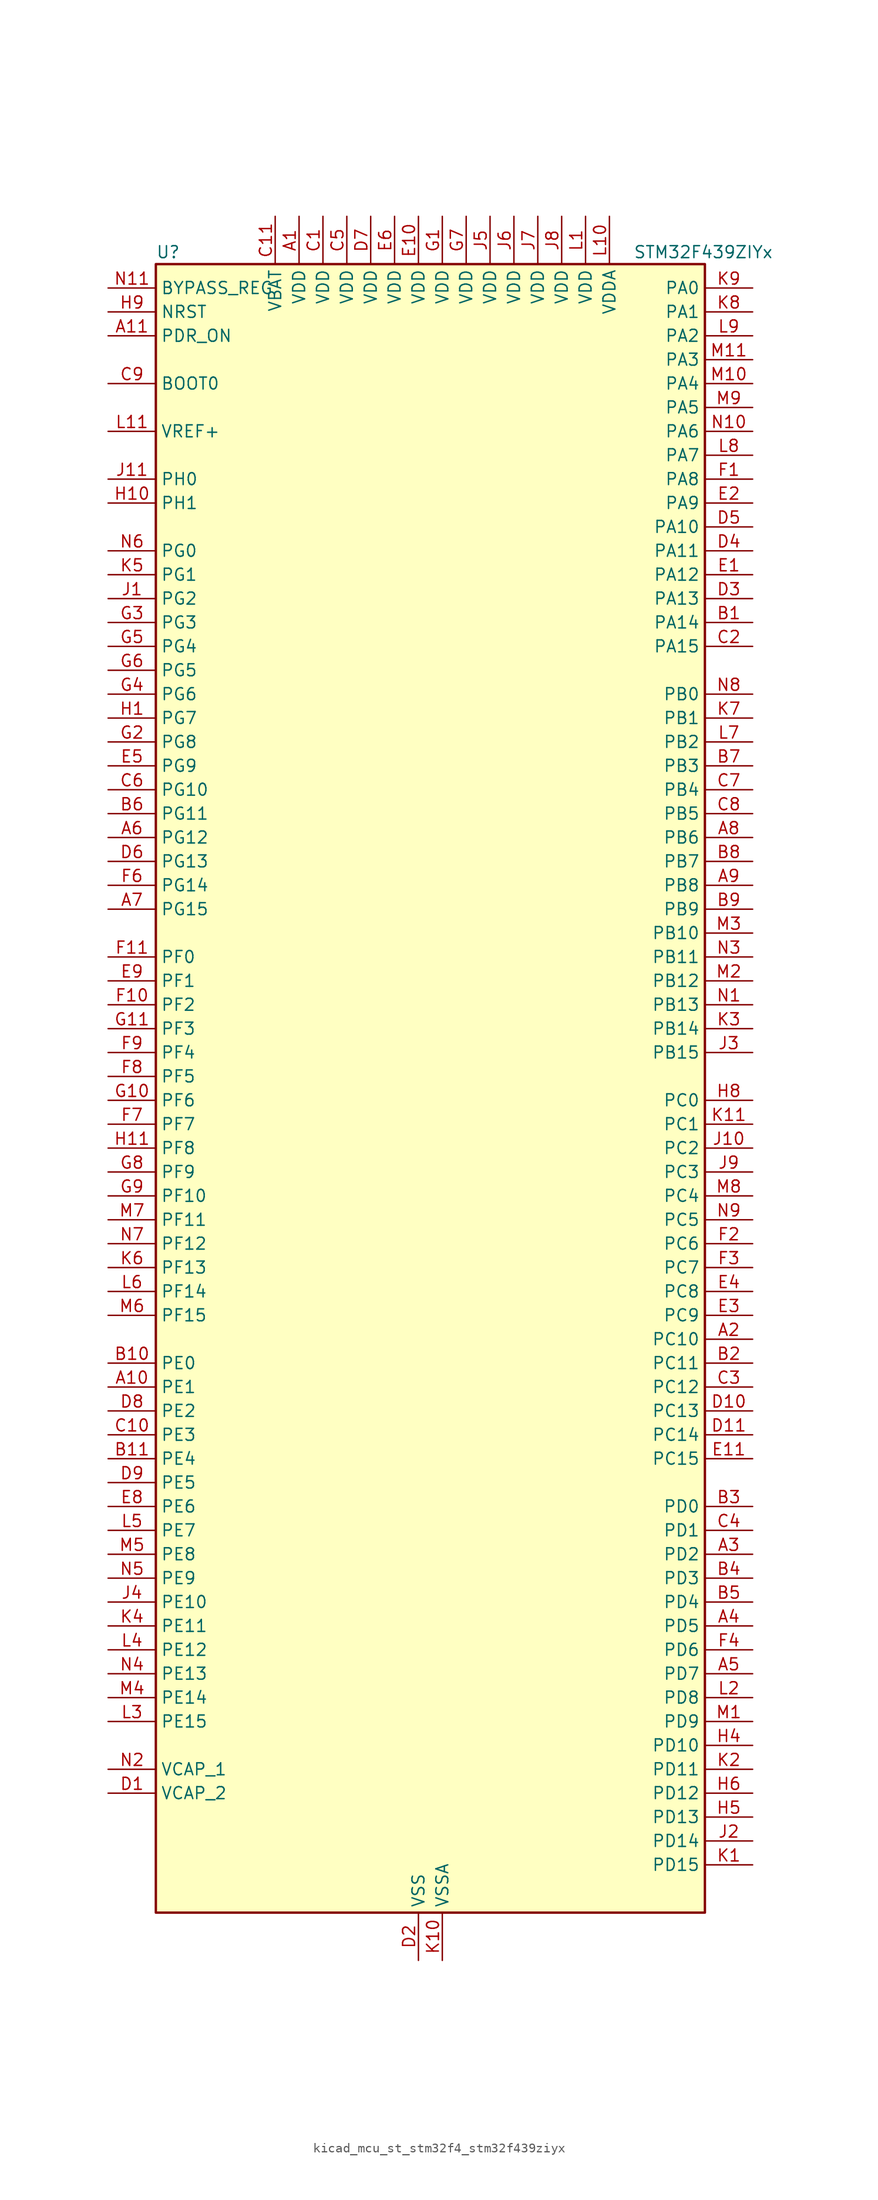
<source format=kicad_sym>
(kicad_symbol_lib
  (version 20220914)
  (generator kicad_symbol_editor)
  (symbol "kicad_mcu_st_stm32f4_stm32f439ziyx"
    (property "Reference" "U"
      (at -27.94 90.17 0)
      (effects (font (size 1.27 1.27)) (justify left)))
    (property "Value" "STM32F439ZIYx"
      (at 22.86 90.17 0)
      (effects (font (size 1.27 1.27)) (justify left)))
    (property "ki_locked" ""
      (at 0 0 0)
      (effects (font (size 1.27 1.27))))
    (symbol "kicad_mcu_st_stm32f4_stm32f439ziyx_0_1"
      (rectangle (start -27.94 -86.36) (end 30.48 88.9) (stroke (width 0.254) (type default)) (fill (type background))))
    (symbol "kicad_mcu_st_stm32f4_stm32f439ziyx_1_1"
      (pin power_in line (at -12.7 93.98 270) (length 5.08) (name "VDD" (effects (font (size 1.27 1.27)))) (number "A1" (effects (font (size 1.27 1.27)))))
      (pin bidirectional line (at -33.02 -30.48 0) (length 5.08) (name "PE1" (effects (font (size 1.27 1.27)))) (number "A10" (effects (font (size 1.27 1.27)))) (alternate "DCMI_D3" bidirectional line) (alternate "FMC_NBL1" bidirectional line) (alternate "UART8_TX" bidirectional line))
      (pin input line (at -33.02 81.28 0) (length 5.08) (name "PDR_ON" (effects (font (size 1.27 1.27)))) (number "A11" (effects (font (size 1.27 1.27)))))
      (pin bidirectional line (at 35.56 -25.4 180) (length 5.08) (name "PC10" (effects (font (size 1.27 1.27)))) (number "A2" (effects (font (size 1.27 1.27)))) (alternate "DCMI_D8" bidirectional line) (alternate "I2S3_CK" bidirectional line) (alternate "LTDC_R2" bidirectional line) (alternate "SDIO_D2" bidirectional line) (alternate "SPI3_SCK" bidirectional line) (alternate "UART4_TX" bidirectional line) (alternate "USART3_TX" bidirectional line))
      (pin bidirectional line (at 35.56 -48.26 180) (length 5.08) (name "PD2" (effects (font (size 1.27 1.27)))) (number "A3" (effects (font (size 1.27 1.27)))) (alternate "DCMI_D11" bidirectional line) (alternate "SDIO_CMD" bidirectional line) (alternate "TIM3_ETR" bidirectional line) (alternate "UART5_RX" bidirectional line))
      (pin bidirectional line (at 35.56 -55.88 180) (length 5.08) (name "PD5" (effects (font (size 1.27 1.27)))) (number "A4" (effects (font (size 1.27 1.27)))) (alternate "FMC_NWE" bidirectional line) (alternate "USART2_TX" bidirectional line))
      (pin bidirectional line (at 35.56 -60.96 180) (length 5.08) (name "PD7" (effects (font (size 1.27 1.27)))) (number "A5" (effects (font (size 1.27 1.27)))) (alternate "FMC_NCE2" bidirectional line) (alternate "FMC_NE1" bidirectional line) (alternate "USART2_CK" bidirectional line))
      (pin bidirectional line (at -33.02 27.94 0) (length 5.08) (name "PG12" (effects (font (size 1.27 1.27)))) (number "A6" (effects (font (size 1.27 1.27)))) (alternate "FMC_NE4" bidirectional line) (alternate "LTDC_B1" bidirectional line) (alternate "LTDC_B4" bidirectional line) (alternate "SPI6_MISO" bidirectional line) (alternate "USART6_RTS" bidirectional line))
      (pin bidirectional line (at -33.02 20.32 0) (length 5.08) (name "PG15" (effects (font (size 1.27 1.27)))) (number "A7" (effects (font (size 1.27 1.27)))) (alternate "ADC1_EXTI15" bidirectional line) (alternate "ADC2_EXTI15" bidirectional line) (alternate "ADC3_EXTI15" bidirectional line) (alternate "DCMI_D13" bidirectional line) (alternate "FMC_SDNCAS" bidirectional line) (alternate "USART6_CTS" bidirectional line))
      (pin bidirectional line (at 35.56 27.94 180) (length 5.08) (name "PB6" (effects (font (size 1.27 1.27)))) (number "A8" (effects (font (size 1.27 1.27)))) (alternate "CAN2_TX" bidirectional line) (alternate "DCMI_D5" bidirectional line) (alternate "FMC_SDNE1" bidirectional line) (alternate "I2C1_SCL" bidirectional line) (alternate "TIM4_CH1" bidirectional line) (alternate "USART1_TX" bidirectional line))
      (pin bidirectional line (at 35.56 22.86 180) (length 5.08) (name "PB8" (effects (font (size 1.27 1.27)))) (number "A9" (effects (font (size 1.27 1.27)))) (alternate "CAN1_RX" bidirectional line) (alternate "DCMI_D6" bidirectional line) (alternate "ETH_TXD3" bidirectional line) (alternate "I2C1_SCL" bidirectional line) (alternate "LTDC_B6" bidirectional line) (alternate "SDIO_D4" bidirectional line) (alternate "TIM10_CH1" bidirectional line) (alternate "TIM4_CH3" bidirectional line))
      (pin bidirectional line (at 35.56 50.8 180) (length 5.08) (name "PA14" (effects (font (size 1.27 1.27)))) (number "B1" (effects (font (size 1.27 1.27)))) (alternate "SYS_JTCK-SWCLK" bidirectional line))
      (pin bidirectional line (at -33.02 -27.94 0) (length 5.08) (name "PE0" (effects (font (size 1.27 1.27)))) (number "B10" (effects (font (size 1.27 1.27)))) (alternate "DCMI_D2" bidirectional line) (alternate "FMC_NBL0" bidirectional line) (alternate "TIM4_ETR" bidirectional line) (alternate "UART8_RX" bidirectional line))
      (pin bidirectional line (at -33.02 -38.1 0) (length 5.08) (name "PE4" (effects (font (size 1.27 1.27)))) (number "B11" (effects (font (size 1.27 1.27)))) (alternate "DCMI_D4" bidirectional line) (alternate "FMC_A20" bidirectional line) (alternate "LTDC_B0" bidirectional line) (alternate "SAI1_FS_A" bidirectional line) (alternate "SPI4_NSS" bidirectional line) (alternate "SYS_TRACED1" bidirectional line))
      (pin bidirectional line (at 35.56 -27.94 180) (length 5.08) (name "PC11" (effects (font (size 1.27 1.27)))) (number "B2" (effects (font (size 1.27 1.27)))) (alternate "ADC1_EXTI11" bidirectional line) (alternate "ADC2_EXTI11" bidirectional line) (alternate "ADC3_EXTI11" bidirectional line) (alternate "DCMI_D4" bidirectional line) (alternate "I2S3_ext_SD" bidirectional line) (alternate "SDIO_D3" bidirectional line) (alternate "SPI3_MISO" bidirectional line) (alternate "UART4_RX" bidirectional line) (alternate "USART3_RX" bidirectional line))
      (pin bidirectional line (at 35.56 -43.18 180) (length 5.08) (name "PD0" (effects (font (size 1.27 1.27)))) (number "B3" (effects (font (size 1.27 1.27)))) (alternate "CAN1_RX" bidirectional line) (alternate "FMC_D2" bidirectional line) (alternate "FMC_DA2" bidirectional line))
      (pin bidirectional line (at 35.56 -50.8 180) (length 5.08) (name "PD3" (effects (font (size 1.27 1.27)))) (number "B4" (effects (font (size 1.27 1.27)))) (alternate "DCMI_D5" bidirectional line) (alternate "FMC_CLK" bidirectional line) (alternate "I2S2_CK" bidirectional line) (alternate "LTDC_G7" bidirectional line) (alternate "SPI2_SCK" bidirectional line) (alternate "USART2_CTS" bidirectional line))
      (pin bidirectional line (at 35.56 -53.34 180) (length 5.08) (name "PD4" (effects (font (size 1.27 1.27)))) (number "B5" (effects (font (size 1.27 1.27)))) (alternate "FMC_NOE" bidirectional line) (alternate "USART2_RTS" bidirectional line))
      (pin bidirectional line (at -33.02 30.48 0) (length 5.08) (name "PG11" (effects (font (size 1.27 1.27)))) (number "B6" (effects (font (size 1.27 1.27)))) (alternate "ADC1_EXTI11" bidirectional line) (alternate "ADC2_EXTI11" bidirectional line) (alternate "ADC3_EXTI11" bidirectional line) (alternate "DCMI_D3" bidirectional line) (alternate "ETH_TX_EN" bidirectional line) (alternate "FMC_NCE4_2" bidirectional line) (alternate "LTDC_B3" bidirectional line))
      (pin bidirectional line (at 35.56 35.56 180) (length 5.08) (name "PB3" (effects (font (size 1.27 1.27)))) (number "B7" (effects (font (size 1.27 1.27)))) (alternate "I2S3_CK" bidirectional line) (alternate "SPI1_SCK" bidirectional line) (alternate "SPI3_SCK" bidirectional line) (alternate "SYS_JTDO-SWO" bidirectional line) (alternate "TIM2_CH2" bidirectional line))
      (pin bidirectional line (at 35.56 25.4 180) (length 5.08) (name "PB7" (effects (font (size 1.27 1.27)))) (number "B8" (effects (font (size 1.27 1.27)))) (alternate "DCMI_VSYNC" bidirectional line) (alternate "FMC_NL" bidirectional line) (alternate "I2C1_SDA" bidirectional line) (alternate "TIM4_CH2" bidirectional line) (alternate "USART1_RX" bidirectional line))
      (pin bidirectional line (at 35.56 20.32 180) (length 5.08) (name "PB9" (effects (font (size 1.27 1.27)))) (number "B9" (effects (font (size 1.27 1.27)))) (alternate "CAN1_TX" bidirectional line) (alternate "DAC_EXTI9" bidirectional line) (alternate "DCMI_D7" bidirectional line) (alternate "I2C1_SDA" bidirectional line) (alternate "I2S2_WS" bidirectional line) (alternate "LTDC_B7" bidirectional line) (alternate "SDIO_D5" bidirectional line) (alternate "SPI2_NSS" bidirectional line) (alternate "TIM11_CH1" bidirectional line) (alternate "TIM4_CH4" bidirectional line))
      (pin power_in line (at -10.16 93.98 270) (length 5.08) (name "VDD" (effects (font (size 1.27 1.27)))) (number "C1" (effects (font (size 1.27 1.27)))))
      (pin bidirectional line (at -33.02 -35.56 0) (length 5.08) (name "PE3" (effects (font (size 1.27 1.27)))) (number "C10" (effects (font (size 1.27 1.27)))) (alternate "FMC_A19" bidirectional line) (alternate "SAI1_SD_B" bidirectional line) (alternate "SYS_TRACED0" bidirectional line))
      (pin power_in line (at -15.24 93.98 270) (length 5.08) (name "VBAT" (effects (font (size 1.27 1.27)))) (number "C11" (effects (font (size 1.27 1.27)))))
      (pin bidirectional line (at 35.56 48.26 180) (length 5.08) (name "PA15" (effects (font (size 1.27 1.27)))) (number "C2" (effects (font (size 1.27 1.27)))) (alternate "ADC1_EXTI15" bidirectional line) (alternate "ADC2_EXTI15" bidirectional line) (alternate "ADC3_EXTI15" bidirectional line) (alternate "I2S3_WS" bidirectional line) (alternate "SPI1_NSS" bidirectional line) (alternate "SPI3_NSS" bidirectional line) (alternate "SYS_JTDI" bidirectional line) (alternate "TIM2_CH1" bidirectional line) (alternate "TIM2_ETR" bidirectional line))
      (pin bidirectional line (at 35.56 -30.48 180) (length 5.08) (name "PC12" (effects (font (size 1.27 1.27)))) (number "C3" (effects (font (size 1.27 1.27)))) (alternate "DCMI_D9" bidirectional line) (alternate "I2S3_SD" bidirectional line) (alternate "SDIO_CK" bidirectional line) (alternate "SPI3_MOSI" bidirectional line) (alternate "UART5_TX" bidirectional line) (alternate "USART3_CK" bidirectional line))
      (pin bidirectional line (at 35.56 -45.72 180) (length 5.08) (name "PD1" (effects (font (size 1.27 1.27)))) (number "C4" (effects (font (size 1.27 1.27)))) (alternate "CAN1_TX" bidirectional line) (alternate "FMC_D3" bidirectional line) (alternate "FMC_DA3" bidirectional line))
      (pin power_in line (at -7.62 93.98 270) (length 5.08) (name "VDD" (effects (font (size 1.27 1.27)))) (number "C5" (effects (font (size 1.27 1.27)))))
      (pin bidirectional line (at -33.02 33.02 0) (length 5.08) (name "PG10" (effects (font (size 1.27 1.27)))) (number "C6" (effects (font (size 1.27 1.27)))) (alternate "DCMI_D2" bidirectional line) (alternate "FMC_NCE4_1" bidirectional line) (alternate "FMC_NE3" bidirectional line) (alternate "LTDC_B2" bidirectional line) (alternate "LTDC_G3" bidirectional line))
      (pin bidirectional line (at 35.56 33.02 180) (length 5.08) (name "PB4" (effects (font (size 1.27 1.27)))) (number "C7" (effects (font (size 1.27 1.27)))) (alternate "I2S3_ext_SD" bidirectional line) (alternate "SPI1_MISO" bidirectional line) (alternate "SPI3_MISO" bidirectional line) (alternate "SYS_JTRST" bidirectional line) (alternate "TIM3_CH1" bidirectional line))
      (pin bidirectional line (at 35.56 30.48 180) (length 5.08) (name "PB5" (effects (font (size 1.27 1.27)))) (number "C8" (effects (font (size 1.27 1.27)))) (alternate "CAN2_RX" bidirectional line) (alternate "DCMI_D10" bidirectional line) (alternate "ETH_PPS_OUT" bidirectional line) (alternate "FMC_SDCKE1" bidirectional line) (alternate "I2C1_SMBA" bidirectional line) (alternate "I2S3_SD" bidirectional line) (alternate "SPI1_MOSI" bidirectional line) (alternate "SPI3_MOSI" bidirectional line) (alternate "TIM3_CH2" bidirectional line) (alternate "USB_OTG_HS_ULPI_D7" bidirectional line))
      (pin input line (at -33.02 76.2 0) (length 5.08) (name "BOOT0" (effects (font (size 1.27 1.27)))) (number "C9" (effects (font (size 1.27 1.27)))))
      (pin power_out line (at -33.02 -73.66 0) (length 5.08) (name "VCAP_2" (effects (font (size 1.27 1.27)))) (number "D1" (effects (font (size 1.27 1.27)))))
      (pin bidirectional line (at 35.56 -33.02 180) (length 5.08) (name "PC13" (effects (font (size 1.27 1.27)))) (number "D10" (effects (font (size 1.27 1.27)))) (alternate "RTC_AF1" bidirectional line))
      (pin bidirectional line (at 35.56 -35.56 180) (length 5.08) (name "PC14" (effects (font (size 1.27 1.27)))) (number "D11" (effects (font (size 1.27 1.27)))) (alternate "RCC_OSC32_IN" bidirectional line))
      (pin power_in line (at 0 -91.44 90) (length 5.08) (name "VSS" (effects (font (size 1.27 1.27)))) (number "D2" (effects (font (size 1.27 1.27)))))
      (pin bidirectional line (at 35.56 53.34 180) (length 5.08) (name "PA13" (effects (font (size 1.27 1.27)))) (number "D3" (effects (font (size 1.27 1.27)))) (alternate "SYS_JTMS-SWDIO" bidirectional line))
      (pin bidirectional line (at 35.56 58.42 180) (length 5.08) (name "PA11" (effects (font (size 1.27 1.27)))) (number "D4" (effects (font (size 1.27 1.27)))) (alternate "ADC1_EXTI11" bidirectional line) (alternate "ADC2_EXTI11" bidirectional line) (alternate "ADC3_EXTI11" bidirectional line) (alternate "CAN1_RX" bidirectional line) (alternate "LTDC_R4" bidirectional line) (alternate "TIM1_CH4" bidirectional line) (alternate "USART1_CTS" bidirectional line) (alternate "USB_OTG_FS_DM" bidirectional line))
      (pin bidirectional line (at 35.56 60.96 180) (length 5.08) (name "PA10" (effects (font (size 1.27 1.27)))) (number "D5" (effects (font (size 1.27 1.27)))) (alternate "DCMI_D1" bidirectional line) (alternate "TIM1_CH3" bidirectional line) (alternate "USART1_RX" bidirectional line) (alternate "USB_OTG_FS_ID" bidirectional line))
      (pin bidirectional line (at -33.02 25.4 0) (length 5.08) (name "PG13" (effects (font (size 1.27 1.27)))) (number "D6" (effects (font (size 1.27 1.27)))) (alternate "ETH_TXD0" bidirectional line) (alternate "FMC_A24" bidirectional line) (alternate "SPI6_SCK" bidirectional line) (alternate "USART6_CTS" bidirectional line))
      (pin power_in line (at -5.08 93.98 270) (length 5.08) (name "VDD" (effects (font (size 1.27 1.27)))) (number "D7" (effects (font (size 1.27 1.27)))))
      (pin bidirectional line (at -33.02 -33.02 0) (length 5.08) (name "PE2" (effects (font (size 1.27 1.27)))) (number "D8" (effects (font (size 1.27 1.27)))) (alternate "ETH_TXD3" bidirectional line) (alternate "FMC_A23" bidirectional line) (alternate "SAI1_MCLK_A" bidirectional line) (alternate "SPI4_SCK" bidirectional line) (alternate "SYS_TRACECLK" bidirectional line))
      (pin bidirectional line (at -33.02 -40.64 0) (length 5.08) (name "PE5" (effects (font (size 1.27 1.27)))) (number "D9" (effects (font (size 1.27 1.27)))) (alternate "DCMI_D6" bidirectional line) (alternate "FMC_A21" bidirectional line) (alternate "LTDC_G0" bidirectional line) (alternate "SAI1_SCK_A" bidirectional line) (alternate "SPI4_MISO" bidirectional line) (alternate "SYS_TRACED2" bidirectional line) (alternate "TIM9_CH1" bidirectional line))
      (pin bidirectional line (at 35.56 55.88 180) (length 5.08) (name "PA12" (effects (font (size 1.27 1.27)))) (number "E1" (effects (font (size 1.27 1.27)))) (alternate "CAN1_TX" bidirectional line) (alternate "LTDC_R5" bidirectional line) (alternate "TIM1_ETR" bidirectional line) (alternate "USART1_RTS" bidirectional line) (alternate "USB_OTG_FS_DP" bidirectional line))
      (pin power_in line (at 0 93.98 270) (length 5.08) (name "VDD" (effects (font (size 1.27 1.27)))) (number "E10" (effects (font (size 1.27 1.27)))))
      (pin bidirectional line (at 35.56 -38.1 180) (length 5.08) (name "PC15" (effects (font (size 1.27 1.27)))) (number "E11" (effects (font (size 1.27 1.27)))) (alternate "ADC1_EXTI15" bidirectional line) (alternate "ADC2_EXTI15" bidirectional line) (alternate "ADC3_EXTI15" bidirectional line) (alternate "RCC_OSC32_OUT" bidirectional line))
      (pin bidirectional line (at 35.56 63.5 180) (length 5.08) (name "PA9" (effects (font (size 1.27 1.27)))) (number "E2" (effects (font (size 1.27 1.27)))) (alternate "DAC_EXTI9" bidirectional line) (alternate "DCMI_D0" bidirectional line) (alternate "I2C3_SMBA" bidirectional line) (alternate "TIM1_CH2" bidirectional line) (alternate "USART1_TX" bidirectional line) (alternate "USB_OTG_FS_VBUS" bidirectional line))
      (pin bidirectional line (at 35.56 -22.86 180) (length 5.08) (name "PC9" (effects (font (size 1.27 1.27)))) (number "E3" (effects (font (size 1.27 1.27)))) (alternate "DAC_EXTI9" bidirectional line) (alternate "DCMI_D3" bidirectional line) (alternate "I2C3_SDA" bidirectional line) (alternate "I2S_CKIN" bidirectional line) (alternate "RCC_MCO_2" bidirectional line) (alternate "SDIO_D1" bidirectional line) (alternate "TIM3_CH4" bidirectional line) (alternate "TIM8_CH4" bidirectional line))
      (pin bidirectional line (at 35.56 -20.32 180) (length 5.08) (name "PC8" (effects (font (size 1.27 1.27)))) (number "E4" (effects (font (size 1.27 1.27)))) (alternate "DCMI_D2" bidirectional line) (alternate "SDIO_D0" bidirectional line) (alternate "TIM3_CH3" bidirectional line) (alternate "TIM8_CH3" bidirectional line) (alternate "USART6_CK" bidirectional line))
      (pin bidirectional line (at -33.02 35.56 0) (length 5.08) (name "PG9" (effects (font (size 1.27 1.27)))) (number "E5" (effects (font (size 1.27 1.27)))) (alternate "DAC_EXTI9" bidirectional line) (alternate "DCMI_VSYNC" bidirectional line) (alternate "FMC_NCE3" bidirectional line) (alternate "FMC_NE2" bidirectional line) (alternate "USART6_RX" bidirectional line))
      (pin power_in line (at -2.54 93.98 270) (length 5.08) (name "VDD" (effects (font (size 1.27 1.27)))) (number "E6" (effects (font (size 1.27 1.27)))))
      (pin passive line (at 0 -91.44 90) (length 5.08) hide (name "VSS" (effects (font (size 1.27 1.27)))) (number "E7" (effects (font (size 1.27 1.27)))))
      (pin bidirectional line (at -33.02 -43.18 0) (length 5.08) (name "PE6" (effects (font (size 1.27 1.27)))) (number "E8" (effects (font (size 1.27 1.27)))) (alternate "DCMI_D7" bidirectional line) (alternate "FMC_A22" bidirectional line) (alternate "LTDC_G1" bidirectional line) (alternate "SAI1_SD_A" bidirectional line) (alternate "SPI4_MOSI" bidirectional line) (alternate "SYS_TRACED3" bidirectional line) (alternate "TIM9_CH2" bidirectional line))
      (pin bidirectional line (at -33.02 12.7 0) (length 5.08) (name "PF1" (effects (font (size 1.27 1.27)))) (number "E9" (effects (font (size 1.27 1.27)))) (alternate "FMC_A1" bidirectional line) (alternate "I2C2_SCL" bidirectional line))
      (pin bidirectional line (at 35.56 66.04 180) (length 5.08) (name "PA8" (effects (font (size 1.27 1.27)))) (number "F1" (effects (font (size 1.27 1.27)))) (alternate "I2C3_SCL" bidirectional line) (alternate "LTDC_R6" bidirectional line) (alternate "RCC_MCO_1" bidirectional line) (alternate "TIM1_CH1" bidirectional line) (alternate "USART1_CK" bidirectional line) (alternate "USB_OTG_FS_SOF" bidirectional line))
      (pin bidirectional line (at -33.02 10.16 0) (length 5.08) (name "PF2" (effects (font (size 1.27 1.27)))) (number "F10" (effects (font (size 1.27 1.27)))) (alternate "FMC_A2" bidirectional line) (alternate "I2C2_SMBA" bidirectional line))
      (pin bidirectional line (at -33.02 15.24 0) (length 5.08) (name "PF0" (effects (font (size 1.27 1.27)))) (number "F11" (effects (font (size 1.27 1.27)))) (alternate "FMC_A0" bidirectional line) (alternate "I2C2_SDA" bidirectional line))
      (pin bidirectional line (at 35.56 -15.24 180) (length 5.08) (name "PC6" (effects (font (size 1.27 1.27)))) (number "F2" (effects (font (size 1.27 1.27)))) (alternate "DCMI_D0" bidirectional line) (alternate "I2S2_MCK" bidirectional line) (alternate "LTDC_HSYNC" bidirectional line) (alternate "SDIO_D6" bidirectional line) (alternate "TIM3_CH1" bidirectional line) (alternate "TIM8_CH1" bidirectional line) (alternate "USART6_TX" bidirectional line))
      (pin bidirectional line (at 35.56 -17.78 180) (length 5.08) (name "PC7" (effects (font (size 1.27 1.27)))) (number "F3" (effects (font (size 1.27 1.27)))) (alternate "DCMI_D1" bidirectional line) (alternate "I2S3_MCK" bidirectional line) (alternate "LTDC_G6" bidirectional line) (alternate "SDIO_D7" bidirectional line) (alternate "TIM3_CH2" bidirectional line) (alternate "TIM8_CH2" bidirectional line) (alternate "USART6_RX" bidirectional line))
      (pin bidirectional line (at 35.56 -58.42 180) (length 5.08) (name "PD6" (effects (font (size 1.27 1.27)))) (number "F4" (effects (font (size 1.27 1.27)))) (alternate "DCMI_D10" bidirectional line) (alternate "FMC_NWAIT" bidirectional line) (alternate "I2S3_SD" bidirectional line) (alternate "LTDC_B2" bidirectional line) (alternate "SAI1_SD_A" bidirectional line) (alternate "SPI3_MOSI" bidirectional line) (alternate "USART2_RX" bidirectional line))
      (pin passive line (at 0 -91.44 90) (length 5.08) hide (name "VSS" (effects (font (size 1.27 1.27)))) (number "F5" (effects (font (size 1.27 1.27)))))
      (pin bidirectional line (at -33.02 22.86 0) (length 5.08) (name "PG14" (effects (font (size 1.27 1.27)))) (number "F6" (effects (font (size 1.27 1.27)))) (alternate "ETH_TXD1" bidirectional line) (alternate "FMC_A25" bidirectional line) (alternate "SPI6_MOSI" bidirectional line) (alternate "USART6_TX" bidirectional line))
      (pin bidirectional line (at -33.02 -2.54 0) (length 5.08) (name "PF7" (effects (font (size 1.27 1.27)))) (number "F7" (effects (font (size 1.27 1.27)))) (alternate "ADC3_IN5" bidirectional line) (alternate "FMC_NREG" bidirectional line) (alternate "SAI1_MCLK_B" bidirectional line) (alternate "SPI5_SCK" bidirectional line) (alternate "TIM11_CH1" bidirectional line) (alternate "UART7_TX" bidirectional line))
      (pin bidirectional line (at -33.02 2.54 0) (length 5.08) (name "PF5" (effects (font (size 1.27 1.27)))) (number "F8" (effects (font (size 1.27 1.27)))) (alternate "ADC3_IN15" bidirectional line) (alternate "FMC_A5" bidirectional line))
      (pin bidirectional line (at -33.02 5.08 0) (length 5.08) (name "PF4" (effects (font (size 1.27 1.27)))) (number "F9" (effects (font (size 1.27 1.27)))) (alternate "ADC3_IN14" bidirectional line) (alternate "FMC_A4" bidirectional line))
      (pin power_in line (at 2.54 93.98 270) (length 5.08) (name "VDD" (effects (font (size 1.27 1.27)))) (number "G1" (effects (font (size 1.27 1.27)))))
      (pin bidirectional line (at -33.02 0 0) (length 5.08) (name "PF6" (effects (font (size 1.27 1.27)))) (number "G10" (effects (font (size 1.27 1.27)))) (alternate "ADC3_IN4" bidirectional line) (alternate "FMC_NIORD" bidirectional line) (alternate "SAI1_SD_B" bidirectional line) (alternate "SPI5_NSS" bidirectional line) (alternate "TIM10_CH1" bidirectional line) (alternate "UART7_RX" bidirectional line))
      (pin bidirectional line (at -33.02 7.62 0) (length 5.08) (name "PF3" (effects (font (size 1.27 1.27)))) (number "G11" (effects (font (size 1.27 1.27)))) (alternate "ADC3_IN9" bidirectional line) (alternate "FMC_A3" bidirectional line))
      (pin bidirectional line (at -33.02 38.1 0) (length 5.08) (name "PG8" (effects (font (size 1.27 1.27)))) (number "G2" (effects (font (size 1.27 1.27)))) (alternate "ETH_PPS_OUT" bidirectional line) (alternate "FMC_SDCLK" bidirectional line) (alternate "SPI6_NSS" bidirectional line) (alternate "USART6_RTS" bidirectional line))
      (pin bidirectional line (at -33.02 50.8 0) (length 5.08) (name "PG3" (effects (font (size 1.27 1.27)))) (number "G3" (effects (font (size 1.27 1.27)))) (alternate "FMC_A13" bidirectional line))
      (pin bidirectional line (at -33.02 43.18 0) (length 5.08) (name "PG6" (effects (font (size 1.27 1.27)))) (number "G4" (effects (font (size 1.27 1.27)))) (alternate "DCMI_D12" bidirectional line) (alternate "FMC_INT2" bidirectional line) (alternate "LTDC_R7" bidirectional line))
      (pin bidirectional line (at -33.02 48.26 0) (length 5.08) (name "PG4" (effects (font (size 1.27 1.27)))) (number "G5" (effects (font (size 1.27 1.27)))) (alternate "FMC_A14" bidirectional line) (alternate "FMC_BA0" bidirectional line))
      (pin bidirectional line (at -33.02 45.72 0) (length 5.08) (name "PG5" (effects (font (size 1.27 1.27)))) (number "G6" (effects (font (size 1.27 1.27)))) (alternate "FMC_A15" bidirectional line) (alternate "FMC_BA1" bidirectional line))
      (pin power_in line (at 5.08 93.98 270) (length 5.08) (name "VDD" (effects (font (size 1.27 1.27)))) (number "G7" (effects (font (size 1.27 1.27)))))
      (pin bidirectional line (at -33.02 -7.62 0) (length 5.08) (name "PF9" (effects (font (size 1.27 1.27)))) (number "G8" (effects (font (size 1.27 1.27)))) (alternate "ADC3_IN7" bidirectional line) (alternate "DAC_EXTI9" bidirectional line) (alternate "FMC_CD" bidirectional line) (alternate "SAI1_FS_B" bidirectional line) (alternate "SPI5_MOSI" bidirectional line) (alternate "TIM14_CH1" bidirectional line))
      (pin bidirectional line (at -33.02 -10.16 0) (length 5.08) (name "PF10" (effects (font (size 1.27 1.27)))) (number "G9" (effects (font (size 1.27 1.27)))) (alternate "ADC3_IN8" bidirectional line) (alternate "DCMI_D11" bidirectional line) (alternate "FMC_INTR" bidirectional line) (alternate "LTDC_DE" bidirectional line))
      (pin bidirectional line (at -33.02 40.64 0) (length 5.08) (name "PG7" (effects (font (size 1.27 1.27)))) (number "H1" (effects (font (size 1.27 1.27)))) (alternate "DCMI_D13" bidirectional line) (alternate "FMC_INT3" bidirectional line) (alternate "LTDC_CLK" bidirectional line) (alternate "USART6_CK" bidirectional line))
      (pin bidirectional line (at -33.02 63.5 0) (length 5.08) (name "PH1" (effects (font (size 1.27 1.27)))) (number "H10" (effects (font (size 1.27 1.27)))) (alternate "RCC_OSC_OUT" bidirectional line))
      (pin bidirectional line (at -33.02 -5.08 0) (length 5.08) (name "PF8" (effects (font (size 1.27 1.27)))) (number "H11" (effects (font (size 1.27 1.27)))) (alternate "ADC3_IN6" bidirectional line) (alternate "FMC_NIOWR" bidirectional line) (alternate "SAI1_SCK_B" bidirectional line) (alternate "SPI5_MISO" bidirectional line) (alternate "TIM13_CH1" bidirectional line))
      (pin passive line (at 0 -91.44 90) (length 5.08) hide (name "VSS" (effects (font (size 1.27 1.27)))) (number "H2" (effects (font (size 1.27 1.27)))))
      (pin passive line (at 0 -91.44 90) (length 5.08) hide (name "VSS" (effects (font (size 1.27 1.27)))) (number "H3" (effects (font (size 1.27 1.27)))))
      (pin bidirectional line (at 35.56 -68.58 180) (length 5.08) (name "PD10" (effects (font (size 1.27 1.27)))) (number "H4" (effects (font (size 1.27 1.27)))) (alternate "FMC_D15" bidirectional line) (alternate "FMC_DA15" bidirectional line) (alternate "LTDC_B3" bidirectional line) (alternate "USART3_CK" bidirectional line))
      (pin bidirectional line (at 35.56 -76.2 180) (length 5.08) (name "PD13" (effects (font (size 1.27 1.27)))) (number "H5" (effects (font (size 1.27 1.27)))) (alternate "FMC_A18" bidirectional line) (alternate "TIM4_CH2" bidirectional line))
      (pin bidirectional line (at 35.56 -73.66 180) (length 5.08) (name "PD12" (effects (font (size 1.27 1.27)))) (number "H6" (effects (font (size 1.27 1.27)))) (alternate "FMC_A17" bidirectional line) (alternate "FMC_ALE" bidirectional line) (alternate "TIM4_CH1" bidirectional line) (alternate "USART3_RTS" bidirectional line))
      (pin passive line (at 0 -91.44 90) (length 5.08) hide (name "VSS" (effects (font (size 1.27 1.27)))) (number "H7" (effects (font (size 1.27 1.27)))))
      (pin bidirectional line (at 35.56 0 180) (length 5.08) (name "PC0" (effects (font (size 1.27 1.27)))) (number "H8" (effects (font (size 1.27 1.27)))) (alternate "ADC1_IN10" bidirectional line) (alternate "ADC2_IN10" bidirectional line) (alternate "ADC3_IN10" bidirectional line) (alternate "FMC_SDNWE" bidirectional line) (alternate "USB_OTG_HS_ULPI_STP" bidirectional line))
      (pin input line (at -33.02 83.82 0) (length 5.08) (name "NRST" (effects (font (size 1.27 1.27)))) (number "H9" (effects (font (size 1.27 1.27)))))
      (pin bidirectional line (at -33.02 53.34 0) (length 5.08) (name "PG2" (effects (font (size 1.27 1.27)))) (number "J1" (effects (font (size 1.27 1.27)))) (alternate "FMC_A12" bidirectional line))
      (pin bidirectional line (at 35.56 -5.08 180) (length 5.08) (name "PC2" (effects (font (size 1.27 1.27)))) (number "J10" (effects (font (size 1.27 1.27)))) (alternate "ADC1_IN12" bidirectional line) (alternate "ADC2_IN12" bidirectional line) (alternate "ADC3_IN12" bidirectional line) (alternate "ETH_TXD2" bidirectional line) (alternate "FMC_SDNE0" bidirectional line) (alternate "I2S2_ext_SD" bidirectional line) (alternate "SPI2_MISO" bidirectional line) (alternate "USB_OTG_HS_ULPI_DIR" bidirectional line))
      (pin bidirectional line (at -33.02 66.04 0) (length 5.08) (name "PH0" (effects (font (size 1.27 1.27)))) (number "J11" (effects (font (size 1.27 1.27)))) (alternate "RCC_OSC_IN" bidirectional line))
      (pin bidirectional line (at 35.56 -78.74 180) (length 5.08) (name "PD14" (effects (font (size 1.27 1.27)))) (number "J2" (effects (font (size 1.27 1.27)))) (alternate "FMC_D0" bidirectional line) (alternate "FMC_DA0" bidirectional line) (alternate "TIM4_CH3" bidirectional line))
      (pin bidirectional line (at 35.56 5.08 180) (length 5.08) (name "PB15" (effects (font (size 1.27 1.27)))) (number "J3" (effects (font (size 1.27 1.27)))) (alternate "ADC1_EXTI15" bidirectional line) (alternate "ADC2_EXTI15" bidirectional line) (alternate "ADC3_EXTI15" bidirectional line) (alternate "I2S2_SD" bidirectional line) (alternate "RTC_REFIN" bidirectional line) (alternate "SPI2_MOSI" bidirectional line) (alternate "TIM12_CH2" bidirectional line) (alternate "TIM1_CH3N" bidirectional line) (alternate "TIM8_CH3N" bidirectional line) (alternate "USB_OTG_HS_DP" bidirectional line))
      (pin bidirectional line (at -33.02 -53.34 0) (length 5.08) (name "PE10" (effects (font (size 1.27 1.27)))) (number "J4" (effects (font (size 1.27 1.27)))) (alternate "FMC_D7" bidirectional line) (alternate "FMC_DA7" bidirectional line) (alternate "TIM1_CH2N" bidirectional line))
      (pin power_in line (at 7.62 93.98 270) (length 5.08) (name "VDD" (effects (font (size 1.27 1.27)))) (number "J5" (effects (font (size 1.27 1.27)))))
      (pin power_in line (at 10.16 93.98 270) (length 5.08) (name "VDD" (effects (font (size 1.27 1.27)))) (number "J6" (effects (font (size 1.27 1.27)))))
      (pin power_in line (at 12.7 93.98 270) (length 5.08) (name "VDD" (effects (font (size 1.27 1.27)))) (number "J7" (effects (font (size 1.27 1.27)))))
      (pin power_in line (at 15.24 93.98 270) (length 5.08) (name "VDD" (effects (font (size 1.27 1.27)))) (number "J8" (effects (font (size 1.27 1.27)))))
      (pin bidirectional line (at 35.56 -7.62 180) (length 5.08) (name "PC3" (effects (font (size 1.27 1.27)))) (number "J9" (effects (font (size 1.27 1.27)))) (alternate "ADC1_IN13" bidirectional line) (alternate "ADC2_IN13" bidirectional line) (alternate "ADC3_IN13" bidirectional line) (alternate "ETH_TX_CLK" bidirectional line) (alternate "FMC_SDCKE0" bidirectional line) (alternate "I2S2_SD" bidirectional line) (alternate "SPI2_MOSI" bidirectional line) (alternate "USB_OTG_HS_ULPI_NXT" bidirectional line))
      (pin bidirectional line (at 35.56 -81.28 180) (length 5.08) (name "PD15" (effects (font (size 1.27 1.27)))) (number "K1" (effects (font (size 1.27 1.27)))) (alternate "ADC1_EXTI15" bidirectional line) (alternate "ADC2_EXTI15" bidirectional line) (alternate "ADC3_EXTI15" bidirectional line) (alternate "FMC_D1" bidirectional line) (alternate "FMC_DA1" bidirectional line) (alternate "TIM4_CH4" bidirectional line))
      (pin power_in line (at 2.54 -91.44 90) (length 5.08) (name "VSSA" (effects (font (size 1.27 1.27)))) (number "K10" (effects (font (size 1.27 1.27)))))
      (pin bidirectional line (at 35.56 -2.54 180) (length 5.08) (name "PC1" (effects (font (size 1.27 1.27)))) (number "K11" (effects (font (size 1.27 1.27)))) (alternate "ADC1_IN11" bidirectional line) (alternate "ADC2_IN11" bidirectional line) (alternate "ADC3_IN11" bidirectional line) (alternate "ETH_MDC" bidirectional line))
      (pin bidirectional line (at 35.56 -71.12 180) (length 5.08) (name "PD11" (effects (font (size 1.27 1.27)))) (number "K2" (effects (font (size 1.27 1.27)))) (alternate "ADC1_EXTI11" bidirectional line) (alternate "ADC2_EXTI11" bidirectional line) (alternate "ADC3_EXTI11" bidirectional line) (alternate "FMC_A16" bidirectional line) (alternate "FMC_CLE" bidirectional line) (alternate "USART3_CTS" bidirectional line))
      (pin bidirectional line (at 35.56 7.62 180) (length 5.08) (name "PB14" (effects (font (size 1.27 1.27)))) (number "K3" (effects (font (size 1.27 1.27)))) (alternate "I2S2_ext_SD" bidirectional line) (alternate "SPI2_MISO" bidirectional line) (alternate "TIM12_CH1" bidirectional line) (alternate "TIM1_CH2N" bidirectional line) (alternate "TIM8_CH2N" bidirectional line) (alternate "USART3_RTS" bidirectional line) (alternate "USB_OTG_HS_DM" bidirectional line))
      (pin bidirectional line (at -33.02 -55.88 0) (length 5.08) (name "PE11" (effects (font (size 1.27 1.27)))) (number "K4" (effects (font (size 1.27 1.27)))) (alternate "ADC1_EXTI11" bidirectional line) (alternate "ADC2_EXTI11" bidirectional line) (alternate "ADC3_EXTI11" bidirectional line) (alternate "FMC_D8" bidirectional line) (alternate "FMC_DA8" bidirectional line) (alternate "LTDC_G3" bidirectional line) (alternate "SPI4_NSS" bidirectional line) (alternate "TIM1_CH2" bidirectional line))
      (pin bidirectional line (at -33.02 55.88 0) (length 5.08) (name "PG1" (effects (font (size 1.27 1.27)))) (number "K5" (effects (font (size 1.27 1.27)))) (alternate "FMC_A11" bidirectional line))
      (pin bidirectional line (at -33.02 -17.78 0) (length 5.08) (name "PF13" (effects (font (size 1.27 1.27)))) (number "K6" (effects (font (size 1.27 1.27)))) (alternate "FMC_A7" bidirectional line))
      (pin bidirectional line (at 35.56 40.64 180) (length 5.08) (name "PB1" (effects (font (size 1.27 1.27)))) (number "K7" (effects (font (size 1.27 1.27)))) (alternate "ADC1_IN9" bidirectional line) (alternate "ADC2_IN9" bidirectional line) (alternate "ETH_RXD3" bidirectional line) (alternate "LTDC_R6" bidirectional line) (alternate "TIM1_CH3N" bidirectional line) (alternate "TIM3_CH4" bidirectional line) (alternate "TIM8_CH3N" bidirectional line) (alternate "USB_OTG_HS_ULPI_D2" bidirectional line))
      (pin bidirectional line (at 35.56 83.82 180) (length 5.08) (name "PA1" (effects (font (size 1.27 1.27)))) (number "K8" (effects (font (size 1.27 1.27)))) (alternate "ADC1_IN1" bidirectional line) (alternate "ADC2_IN1" bidirectional line) (alternate "ADC3_IN1" bidirectional line) (alternate "ETH_REF_CLK" bidirectional line) (alternate "ETH_RX_CLK" bidirectional line) (alternate "TIM2_CH2" bidirectional line) (alternate "TIM5_CH2" bidirectional line) (alternate "UART4_RX" bidirectional line) (alternate "USART2_RTS" bidirectional line))
      (pin bidirectional line (at 35.56 86.36 180) (length 5.08) (name "PA0" (effects (font (size 1.27 1.27)))) (number "K9" (effects (font (size 1.27 1.27)))) (alternate "ADC1_IN0" bidirectional line) (alternate "ADC2_IN0" bidirectional line) (alternate "ADC3_IN0" bidirectional line) (alternate "ETH_CRS" bidirectional line) (alternate "SYS_WKUP" bidirectional line) (alternate "TIM2_CH1" bidirectional line) (alternate "TIM2_ETR" bidirectional line) (alternate "TIM5_CH1" bidirectional line) (alternate "TIM8_ETR" bidirectional line) (alternate "UART4_TX" bidirectional line) (alternate "USART2_CTS" bidirectional line))
      (pin power_in line (at 17.78 93.98 270) (length 5.08) (name "VDD" (effects (font (size 1.27 1.27)))) (number "L1" (effects (font (size 1.27 1.27)))))
      (pin power_in line (at 20.32 93.98 270) (length 5.08) (name "VDDA" (effects (font (size 1.27 1.27)))) (number "L10" (effects (font (size 1.27 1.27)))))
      (pin input line (at -33.02 71.12 0) (length 5.08) (name "VREF+" (effects (font (size 1.27 1.27)))) (number "L11" (effects (font (size 1.27 1.27)))))
      (pin bidirectional line (at 35.56 -63.5 180) (length 5.08) (name "PD8" (effects (font (size 1.27 1.27)))) (number "L2" (effects (font (size 1.27 1.27)))) (alternate "FMC_D13" bidirectional line) (alternate "FMC_DA13" bidirectional line) (alternate "USART3_TX" bidirectional line))
      (pin bidirectional line (at -33.02 -66.04 0) (length 5.08) (name "PE15" (effects (font (size 1.27 1.27)))) (number "L3" (effects (font (size 1.27 1.27)))) (alternate "ADC1_EXTI15" bidirectional line) (alternate "ADC2_EXTI15" bidirectional line) (alternate "ADC3_EXTI15" bidirectional line) (alternate "FMC_D12" bidirectional line) (alternate "FMC_DA12" bidirectional line) (alternate "LTDC_R7" bidirectional line) (alternate "TIM1_BKIN" bidirectional line))
      (pin bidirectional line (at -33.02 -58.42 0) (length 5.08) (name "PE12" (effects (font (size 1.27 1.27)))) (number "L4" (effects (font (size 1.27 1.27)))) (alternate "FMC_D9" bidirectional line) (alternate "FMC_DA9" bidirectional line) (alternate "LTDC_B4" bidirectional line) (alternate "SPI4_SCK" bidirectional line) (alternate "TIM1_CH3N" bidirectional line))
      (pin bidirectional line (at -33.02 -45.72 0) (length 5.08) (name "PE7" (effects (font (size 1.27 1.27)))) (number "L5" (effects (font (size 1.27 1.27)))) (alternate "FMC_D4" bidirectional line) (alternate "FMC_DA4" bidirectional line) (alternate "TIM1_ETR" bidirectional line) (alternate "UART7_RX" bidirectional line))
      (pin bidirectional line (at -33.02 -20.32 0) (length 5.08) (name "PF14" (effects (font (size 1.27 1.27)))) (number "L6" (effects (font (size 1.27 1.27)))) (alternate "FMC_A8" bidirectional line))
      (pin bidirectional line (at 35.56 38.1 180) (length 5.08) (name "PB2" (effects (font (size 1.27 1.27)))) (number "L7" (effects (font (size 1.27 1.27)))))
      (pin bidirectional line (at 35.56 68.58 180) (length 5.08) (name "PA7" (effects (font (size 1.27 1.27)))) (number "L8" (effects (font (size 1.27 1.27)))) (alternate "ADC1_IN7" bidirectional line) (alternate "ADC2_IN7" bidirectional line) (alternate "ETH_CRS_DV" bidirectional line) (alternate "ETH_RX_DV" bidirectional line) (alternate "SPI1_MOSI" bidirectional line) (alternate "TIM14_CH1" bidirectional line) (alternate "TIM1_CH1N" bidirectional line) (alternate "TIM3_CH2" bidirectional line) (alternate "TIM8_CH1N" bidirectional line))
      (pin bidirectional line (at 35.56 81.28 180) (length 5.08) (name "PA2" (effects (font (size 1.27 1.27)))) (number "L9" (effects (font (size 1.27 1.27)))) (alternate "ADC1_IN2" bidirectional line) (alternate "ADC2_IN2" bidirectional line) (alternate "ADC3_IN2" bidirectional line) (alternate "ETH_MDIO" bidirectional line) (alternate "TIM2_CH3" bidirectional line) (alternate "TIM5_CH3" bidirectional line) (alternate "TIM9_CH1" bidirectional line) (alternate "USART2_TX" bidirectional line))
      (pin bidirectional line (at 35.56 -66.04 180) (length 5.08) (name "PD9" (effects (font (size 1.27 1.27)))) (number "M1" (effects (font (size 1.27 1.27)))) (alternate "DAC_EXTI9" bidirectional line) (alternate "FMC_D14" bidirectional line) (alternate "FMC_DA14" bidirectional line) (alternate "USART3_RX" bidirectional line))
      (pin bidirectional line (at 35.56 76.2 180) (length 5.08) (name "PA4" (effects (font (size 1.27 1.27)))) (number "M10" (effects (font (size 1.27 1.27)))) (alternate "ADC1_IN4" bidirectional line) (alternate "ADC2_IN4" bidirectional line) (alternate "DAC_OUT1" bidirectional line) (alternate "DCMI_HSYNC" bidirectional line) (alternate "I2S3_WS" bidirectional line) (alternate "LTDC_VSYNC" bidirectional line) (alternate "SPI1_NSS" bidirectional line) (alternate "SPI3_NSS" bidirectional line) (alternate "USART2_CK" bidirectional line) (alternate "USB_OTG_HS_SOF" bidirectional line))
      (pin bidirectional line (at 35.56 78.74 180) (length 5.08) (name "PA3" (effects (font (size 1.27 1.27)))) (number "M11" (effects (font (size 1.27 1.27)))) (alternate "ADC1_IN3" bidirectional line) (alternate "ADC2_IN3" bidirectional line) (alternate "ADC3_IN3" bidirectional line) (alternate "ETH_COL" bidirectional line) (alternate "LTDC_B5" bidirectional line) (alternate "TIM2_CH4" bidirectional line) (alternate "TIM5_CH4" bidirectional line) (alternate "TIM9_CH2" bidirectional line) (alternate "USART2_RX" bidirectional line) (alternate "USB_OTG_HS_ULPI_D0" bidirectional line))
      (pin bidirectional line (at 35.56 12.7 180) (length 5.08) (name "PB12" (effects (font (size 1.27 1.27)))) (number "M2" (effects (font (size 1.27 1.27)))) (alternate "CAN2_RX" bidirectional line) (alternate "ETH_TXD0" bidirectional line) (alternate "I2C2_SMBA" bidirectional line) (alternate "I2S2_WS" bidirectional line) (alternate "SPI2_NSS" bidirectional line) (alternate "TIM1_BKIN" bidirectional line) (alternate "USART3_CK" bidirectional line) (alternate "USB_OTG_HS_ID" bidirectional line) (alternate "USB_OTG_HS_ULPI_D5" bidirectional line))
      (pin bidirectional line (at 35.56 17.78 180) (length 5.08) (name "PB10" (effects (font (size 1.27 1.27)))) (number "M3" (effects (font (size 1.27 1.27)))) (alternate "ETH_RX_ER" bidirectional line) (alternate "I2C2_SCL" bidirectional line) (alternate "I2S2_CK" bidirectional line) (alternate "LTDC_G4" bidirectional line) (alternate "SPI2_SCK" bidirectional line) (alternate "TIM2_CH3" bidirectional line) (alternate "USART3_TX" bidirectional line) (alternate "USB_OTG_HS_ULPI_D3" bidirectional line))
      (pin bidirectional line (at -33.02 -63.5 0) (length 5.08) (name "PE14" (effects (font (size 1.27 1.27)))) (number "M4" (effects (font (size 1.27 1.27)))) (alternate "FMC_D11" bidirectional line) (alternate "FMC_DA11" bidirectional line) (alternate "LTDC_CLK" bidirectional line) (alternate "SPI4_MOSI" bidirectional line) (alternate "TIM1_CH4" bidirectional line))
      (pin bidirectional line (at -33.02 -48.26 0) (length 5.08) (name "PE8" (effects (font (size 1.27 1.27)))) (number "M5" (effects (font (size 1.27 1.27)))) (alternate "FMC_D5" bidirectional line) (alternate "FMC_DA5" bidirectional line) (alternate "TIM1_CH1N" bidirectional line) (alternate "UART7_TX" bidirectional line))
      (pin bidirectional line (at -33.02 -22.86 0) (length 5.08) (name "PF15" (effects (font (size 1.27 1.27)))) (number "M6" (effects (font (size 1.27 1.27)))) (alternate "ADC1_EXTI15" bidirectional line) (alternate "ADC2_EXTI15" bidirectional line) (alternate "ADC3_EXTI15" bidirectional line) (alternate "FMC_A9" bidirectional line))
      (pin bidirectional line (at -33.02 -12.7 0) (length 5.08) (name "PF11" (effects (font (size 1.27 1.27)))) (number "M7" (effects (font (size 1.27 1.27)))) (alternate "ADC1_EXTI11" bidirectional line) (alternate "ADC2_EXTI11" bidirectional line) (alternate "ADC3_EXTI11" bidirectional line) (alternate "DCMI_D12" bidirectional line) (alternate "FMC_SDNRAS" bidirectional line) (alternate "SPI5_MOSI" bidirectional line))
      (pin bidirectional line (at 35.56 -10.16 180) (length 5.08) (name "PC4" (effects (font (size 1.27 1.27)))) (number "M8" (effects (font (size 1.27 1.27)))) (alternate "ADC1_IN14" bidirectional line) (alternate "ADC2_IN14" bidirectional line) (alternate "ETH_RXD0" bidirectional line))
      (pin bidirectional line (at 35.56 73.66 180) (length 5.08) (name "PA5" (effects (font (size 1.27 1.27)))) (number "M9" (effects (font (size 1.27 1.27)))) (alternate "ADC1_IN5" bidirectional line) (alternate "ADC2_IN5" bidirectional line) (alternate "DAC_OUT2" bidirectional line) (alternate "SPI1_SCK" bidirectional line) (alternate "TIM2_CH1" bidirectional line) (alternate "TIM2_ETR" bidirectional line) (alternate "TIM8_CH1N" bidirectional line) (alternate "USB_OTG_HS_ULPI_CK" bidirectional line))
      (pin bidirectional line (at 35.56 10.16 180) (length 5.08) (name "PB13" (effects (font (size 1.27 1.27)))) (number "N1" (effects (font (size 1.27 1.27)))) (alternate "CAN2_TX" bidirectional line) (alternate "ETH_TXD1" bidirectional line) (alternate "I2S2_CK" bidirectional line) (alternate "SPI2_SCK" bidirectional line) (alternate "TIM1_CH1N" bidirectional line) (alternate "USART3_CTS" bidirectional line) (alternate "USB_OTG_HS_ULPI_D6" bidirectional line) (alternate "USB_OTG_HS_VBUS" bidirectional line))
      (pin bidirectional line (at 35.56 71.12 180) (length 5.08) (name "PA6" (effects (font (size 1.27 1.27)))) (number "N10" (effects (font (size 1.27 1.27)))) (alternate "ADC1_IN6" bidirectional line) (alternate "ADC2_IN6" bidirectional line) (alternate "DCMI_PIXCLK" bidirectional line) (alternate "LTDC_G2" bidirectional line) (alternate "SPI1_MISO" bidirectional line) (alternate "TIM13_CH1" bidirectional line) (alternate "TIM1_BKIN" bidirectional line) (alternate "TIM3_CH1" bidirectional line) (alternate "TIM8_BKIN" bidirectional line))
      (pin input line (at -33.02 86.36 0) (length 5.08) (name "BYPASS_REG" (effects (font (size 1.27 1.27)))) (number "N11" (effects (font (size 1.27 1.27)))))
      (pin power_out line (at -33.02 -71.12 0) (length 5.08) (name "VCAP_1" (effects (font (size 1.27 1.27)))) (number "N2" (effects (font (size 1.27 1.27)))))
      (pin bidirectional line (at 35.56 15.24 180) (length 5.08) (name "PB11" (effects (font (size 1.27 1.27)))) (number "N3" (effects (font (size 1.27 1.27)))) (alternate "ADC1_EXTI11" bidirectional line) (alternate "ADC2_EXTI11" bidirectional line) (alternate "ADC3_EXTI11" bidirectional line) (alternate "ETH_TX_EN" bidirectional line) (alternate "I2C2_SDA" bidirectional line) (alternate "LTDC_G5" bidirectional line) (alternate "TIM2_CH4" bidirectional line) (alternate "USART3_RX" bidirectional line) (alternate "USB_OTG_HS_ULPI_D4" bidirectional line))
      (pin bidirectional line (at -33.02 -60.96 0) (length 5.08) (name "PE13" (effects (font (size 1.27 1.27)))) (number "N4" (effects (font (size 1.27 1.27)))) (alternate "FMC_D10" bidirectional line) (alternate "FMC_DA10" bidirectional line) (alternate "LTDC_DE" bidirectional line) (alternate "SPI4_MISO" bidirectional line) (alternate "TIM1_CH3" bidirectional line))
      (pin bidirectional line (at -33.02 -50.8 0) (length 5.08) (name "PE9" (effects (font (size 1.27 1.27)))) (number "N5" (effects (font (size 1.27 1.27)))) (alternate "DAC_EXTI9" bidirectional line) (alternate "FMC_D6" bidirectional line) (alternate "FMC_DA6" bidirectional line) (alternate "TIM1_CH1" bidirectional line))
      (pin bidirectional line (at -33.02 58.42 0) (length 5.08) (name "PG0" (effects (font (size 1.27 1.27)))) (number "N6" (effects (font (size 1.27 1.27)))) (alternate "FMC_A10" bidirectional line))
      (pin bidirectional line (at -33.02 -15.24 0) (length 5.08) (name "PF12" (effects (font (size 1.27 1.27)))) (number "N7" (effects (font (size 1.27 1.27)))) (alternate "FMC_A6" bidirectional line))
      (pin bidirectional line (at 35.56 43.18 180) (length 5.08) (name "PB0" (effects (font (size 1.27 1.27)))) (number "N8" (effects (font (size 1.27 1.27)))) (alternate "ADC1_IN8" bidirectional line) (alternate "ADC2_IN8" bidirectional line) (alternate "ETH_RXD2" bidirectional line) (alternate "LTDC_R3" bidirectional line) (alternate "TIM1_CH2N" bidirectional line) (alternate "TIM3_CH3" bidirectional line) (alternate "TIM8_CH2N" bidirectional line) (alternate "USB_OTG_HS_ULPI_D1" bidirectional line))
      (pin bidirectional line (at 35.56 -12.7 180) (length 5.08) (name "PC5" (effects (font (size 1.27 1.27)))) (number "N9" (effects (font (size 1.27 1.27)))) (alternate "ADC1_IN15" bidirectional line) (alternate "ADC2_IN15" bidirectional line) (alternate "ETH_RXD1" bidirectional line)))))
</source>
